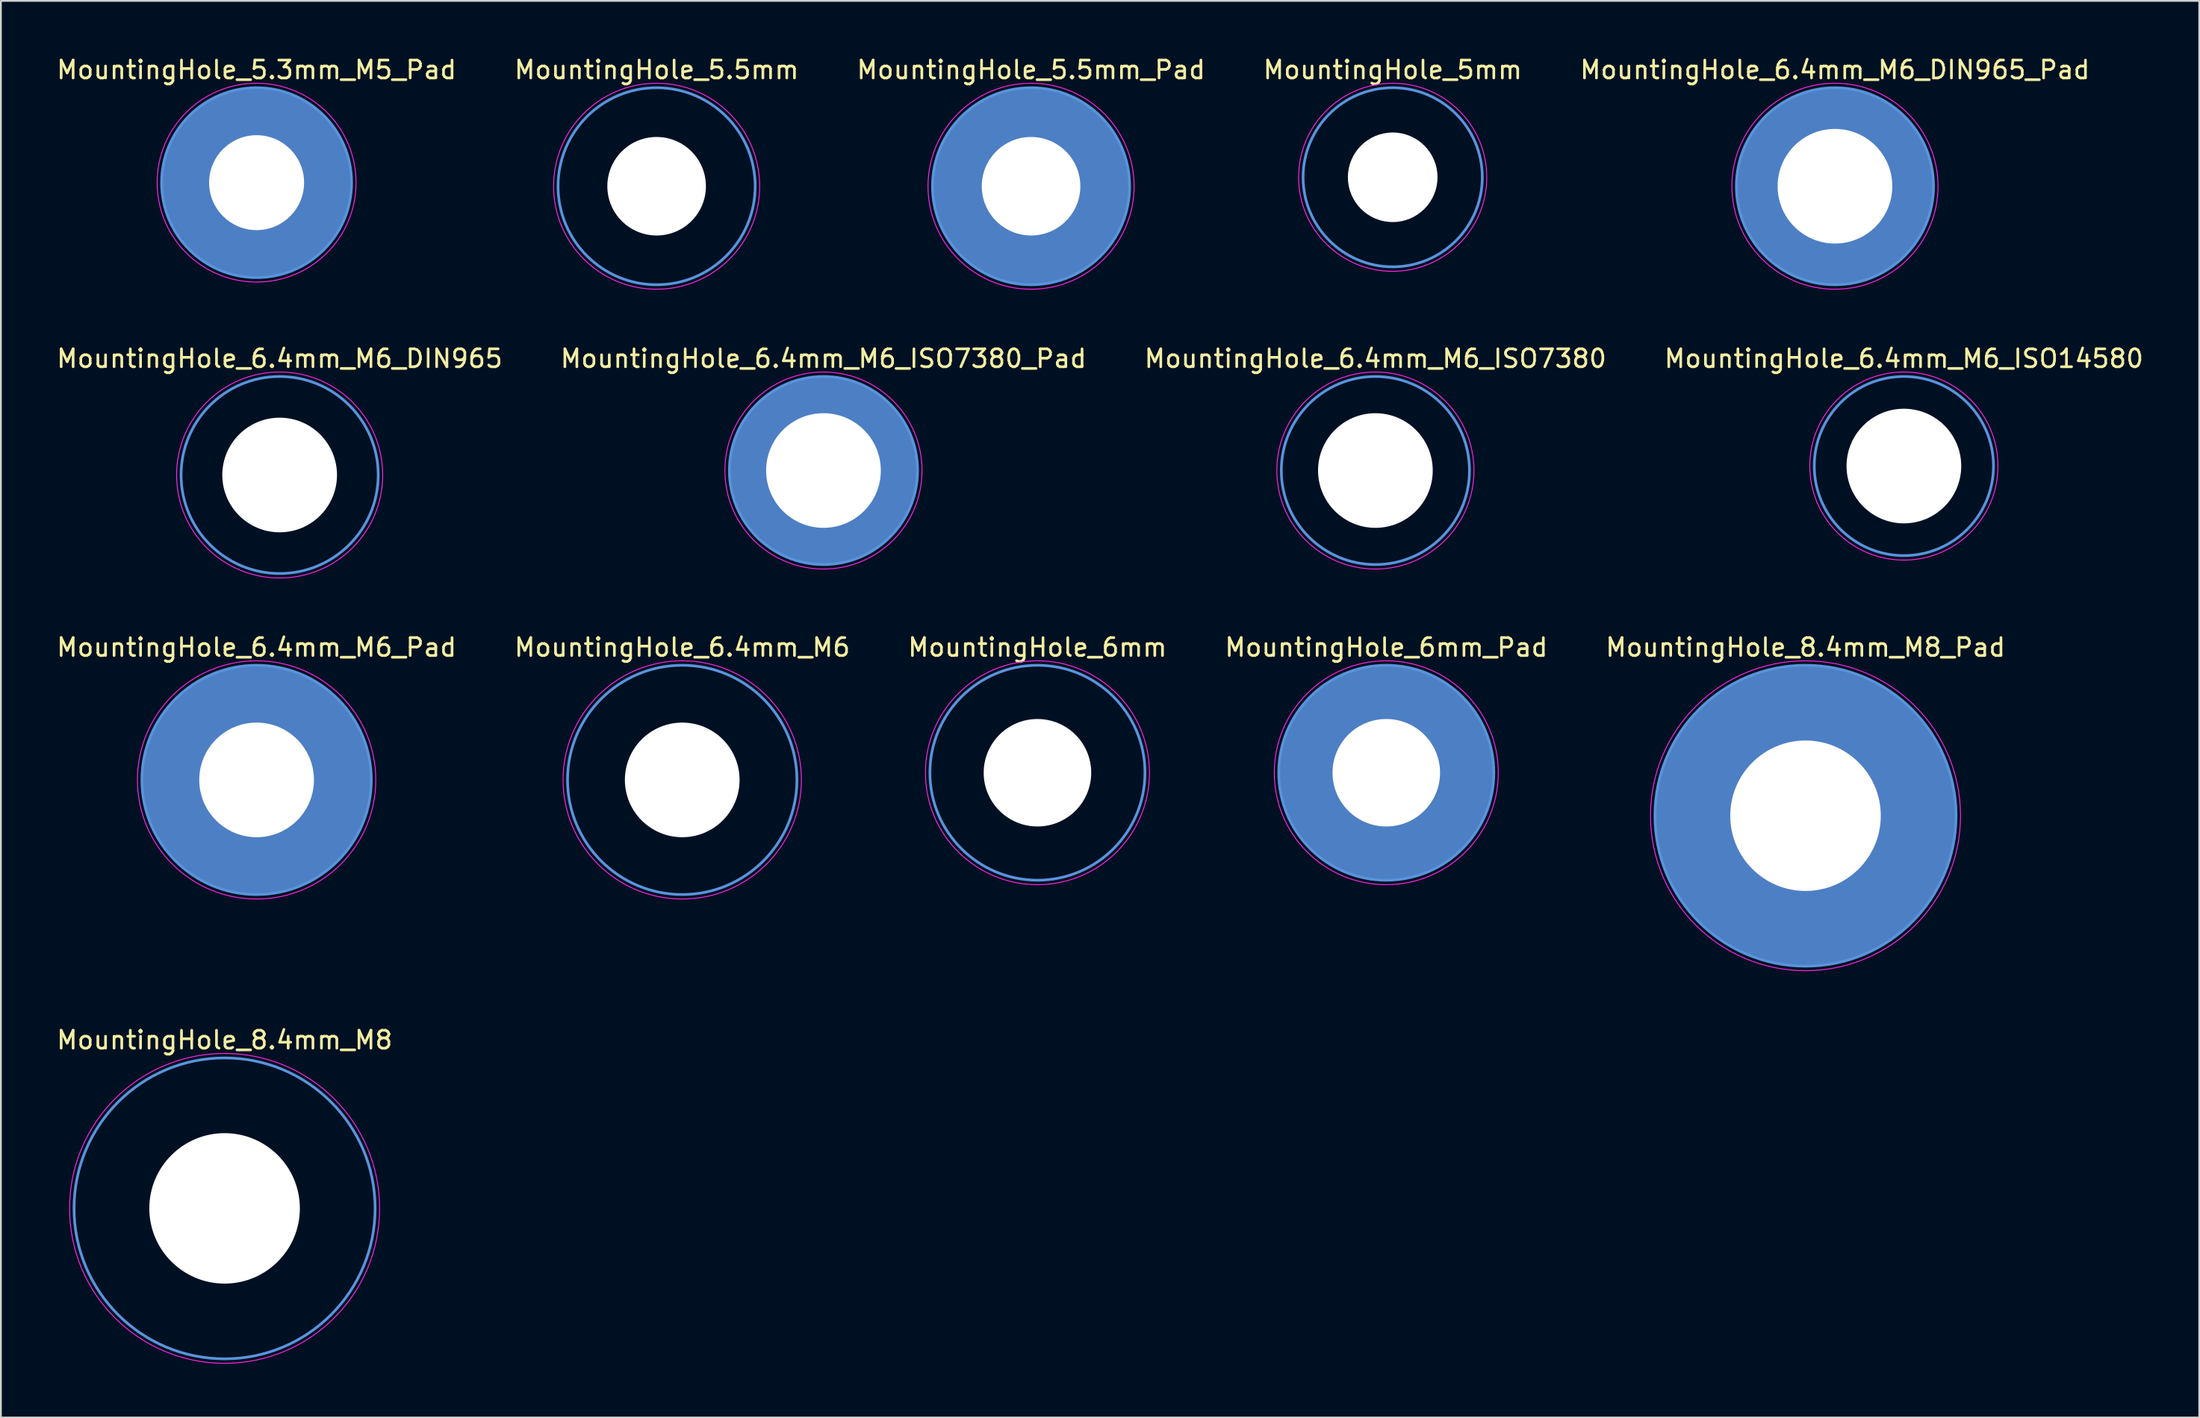
<source format=kicad_pcb>
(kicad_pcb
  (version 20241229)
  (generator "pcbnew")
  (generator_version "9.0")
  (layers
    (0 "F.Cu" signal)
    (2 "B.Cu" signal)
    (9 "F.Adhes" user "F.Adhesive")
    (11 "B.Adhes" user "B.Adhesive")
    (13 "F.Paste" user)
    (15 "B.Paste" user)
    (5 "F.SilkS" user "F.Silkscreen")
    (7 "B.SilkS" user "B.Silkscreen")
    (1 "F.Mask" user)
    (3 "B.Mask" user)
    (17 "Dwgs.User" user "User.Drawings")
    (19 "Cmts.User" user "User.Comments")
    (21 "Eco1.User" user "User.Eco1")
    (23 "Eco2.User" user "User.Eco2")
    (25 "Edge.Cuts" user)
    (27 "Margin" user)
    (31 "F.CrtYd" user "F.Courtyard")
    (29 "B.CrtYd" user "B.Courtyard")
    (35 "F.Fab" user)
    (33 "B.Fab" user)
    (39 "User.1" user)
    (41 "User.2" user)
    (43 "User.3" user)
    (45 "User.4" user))
  (footprint "MountingHole_6mm_Pad"
    (layer "F.Cu")
    (at 74.304 40.095)
    (property "Reference" "MountingHole_6mm_Pad" (at 0 -7 0) (layer "F.SilkS") (effects (font (size 1 1) (thickness 0.15))))
    (attr through_hole)
    (fp_circle (center 0 0) (end 6 0) (stroke (width 0.15) (type solid)) (fill no) (layer "Cmts.User"))
    (fp_circle (center 0 0) (end 6.25 0) (stroke (width 0.05) (type solid)) (fill no) (layer "F.CrtYd"))
    (pad "1" thru_hole circle (at 0 0) (size 12 12) (drill 6) (layers "*.Cu" "*.Mask")))
  (footprint "MountingHole_6.4mm_M6_DIN965"
    (layer "F.Cu")
    (at 12.554 23.471)
    (property "Reference" "MountingHole_6.4mm_M6_DIN965" (at 0 -6.5 0) (layer "F.SilkS") (effects (font (size 1 1) (thickness 0.15))))
    (attr through_hole)
    (fp_circle (center 0 0) (end 5.5 0) (stroke (width 0.15) (type solid)) (fill no) (layer "Cmts.User"))
    (fp_circle (center 0 0) (end 5.75 0) (stroke (width 0.05) (type solid)) (fill no) (layer "F.CrtYd"))
    (pad "" np_thru_hole circle (at 0 0) (size 6.4 6.4) (drill 6.4) (layers "*.Cu" "*.Mask")))
  (footprint "MountingHole_5.5mm"
    (layer "F.Cu")
    (at 33.589 7.348)
    (property "Reference" "MountingHole_5.5mm" (at 0 -6.5 0) (layer "F.SilkS") (effects (font (size 1 1) (thickness 0.15))))
    (attr through_hole)
    (fp_circle (center 0 0) (end 5.5 0) (stroke (width 0.15) (type solid)) (fill no) (layer "Cmts.User"))
    (fp_circle (center 0 0) (end 5.75 0) (stroke (width 0.05) (type solid)) (fill no) (layer "F.CrtYd"))
    (pad "" np_thru_hole circle (at 0 0) (size 5.5 5.5) (drill 5.5) (layers "*.Cu" "*.Mask")))
  (footprint "MountingHole_5.3mm_M5_Pad"
    (layer "F.Cu")
    (at 11.268 7.148)
    (property "Reference" "MountingHole_5.3mm_M5_Pad" (at 0 -6.3 0) (layer "F.SilkS") (effects (font (size 1 1) (thickness 0.15))))
    (attr through_hole)
    (fp_circle (center 0 0) (end 5.3 0) (stroke (width 0.15) (type solid)) (fill no) (layer "Cmts.User"))
    (fp_circle (center 0 0) (end 5.55 0) (stroke (width 0.05) (type solid)) (fill no) (layer "F.CrtYd"))
    (pad "1" thru_hole circle (at 0 0) (size 10.6 10.6) (drill 5.3) (layers "*.Cu" "*.Mask")))
  (footprint "MountingHole_6.4mm_M6_ISO14580"
    (layer "F.Cu")
    (at 103.185 22.971)
    (property "Reference" "MountingHole_6.4mm_M6_ISO14580" (at 0 -6 0) (layer "F.SilkS") (effects (font (size 1 1) (thickness 0.15))))
    (attr through_hole)
    (fp_circle (center 0 0) (end 5 0) (stroke (width 0.15) (type solid)) (fill no) (layer "Cmts.User"))
    (fp_circle (center 0 0) (end 5.25 0) (stroke (width 0.05) (type solid)) (fill no) (layer "F.CrtYd"))
    (pad "" np_thru_hole circle (at 0 0) (size 6.4 6.4) (drill 6.4) (layers "*.Cu" "*.Mask")))
  (footprint "MountingHole_6.4mm_M6_ISO7380_Pad"
    (layer "F.Cu")
    (at 42.899 23.221)
    (property "Reference" "MountingHole_6.4mm_M6_ISO7380_Pad" (at 0 -6.25 0) (layer "F.SilkS") (effects (font (size 1 1) (thickness 0.15))))
    (attr through_hole)
    (fp_circle (center 0 0) (end 5.25 0) (stroke (width 0.15) (type solid)) (fill no) (layer "Cmts.User"))
    (fp_circle (center 0 0) (end 5.5 0) (stroke (width 0.05) (type solid)) (fill no) (layer "F.CrtYd"))
    (pad "1" thru_hole circle (at 0 0) (size 10.5 10.5) (drill 6.4) (layers "*.Cu" "*.Mask")))
  (footprint "MountingHole_5.5mm_Pad"
    (layer "F.Cu")
    (at 54.482 7.348)
    (property "Reference" "MountingHole_5.5mm_Pad" (at 0 -6.5 0) (layer "F.SilkS") (effects (font (size 1 1) (thickness 0.15))))
    (attr through_hole)
    (fp_circle (center 0 0) (end 5.5 0) (stroke (width 0.15) (type solid)) (fill no) (layer "Cmts.User"))
    (fp_circle (center 0 0) (end 5.75 0) (stroke (width 0.05) (type solid)) (fill no) (layer "F.CrtYd"))
    (pad "1" thru_hole circle (at 0 0) (size 11 11) (drill 5.5) (layers "*.Cu" "*.Mask")))
  (footprint "MountingHole_6.4mm_M6"
    (layer "F.Cu")
    (at 35.018 40.495)
    (property "Reference" "MountingHole_6.4mm_M6" (at 0 -7.4 0) (layer "F.SilkS") (effects (font (size 1 1) (thickness 0.15))))
    (attr through_hole)
    (fp_circle (center 0 0) (end 6.4 0) (stroke (width 0.15) (type solid)) (fill no) (layer "Cmts.User"))
    (fp_circle (center 0 0) (end 6.65 0) (stroke (width 0.05) (type solid)) (fill no) (layer "F.CrtYd"))
    (pad "" np_thru_hole circle (at 0 0) (size 6.4 6.4) (drill 6.4) (layers "*.Cu" "*.Mask")))
  (footprint "MountingHole_6.4mm_M6_ISO7380"
    (layer "F.Cu")
    (at 73.696 23.221)
    (property "Reference" "MountingHole_6.4mm_M6_ISO7380" (at 0 -6.25 0) (layer "F.SilkS") (effects (font (size 1 1) (thickness 0.15))))
    (attr through_hole)
    (fp_circle (center 0 0) (end 5.25 0) (stroke (width 0.15) (type solid)) (fill no) (layer "Cmts.User"))
    (fp_circle (center 0 0) (end 5.5 0) (stroke (width 0.05) (type solid)) (fill no) (layer "F.CrtYd"))
    (pad "" np_thru_hole circle (at 0 0) (size 6.4 6.4) (drill 6.4) (layers "*.Cu" "*.Mask")))
  (footprint "MountingHole_8.4mm_M8_Pad"
    (layer "F.Cu")
    (at 97.696 42.495)
    (property "Reference" "MountingHole_8.4mm_M8_Pad" (at 0 -9.4 0) (layer "F.SilkS") (effects (font (size 1 1) (thickness 0.15))))
    (attr through_hole)
    (fp_circle (center 0 0) (end 8.4 0) (stroke (width 0.15) (type solid)) (fill no) (layer "Cmts.User"))
    (fp_circle (center 0 0) (end 8.65 0) (stroke (width 0.05) (type solid)) (fill no) (layer "F.CrtYd"))
    (pad "1" thru_hole circle (at 0 0) (size 16.8 16.8) (drill 8.4) (layers "*.Cu" "*.Mask")))
  (footprint "MountingHole_6mm"
    (layer "F.Cu")
    (at 54.839 40.095)
    (property "Reference" "MountingHole_6mm" (at 0 -7 0) (layer "F.SilkS") (effects (font (size 1 1) (thickness 0.15))))
    (attr through_hole)
    (fp_circle (center 0 0) (end 6 0) (stroke (width 0.15) (type solid)) (fill no) (layer "Cmts.User"))
    (fp_circle (center 0 0) (end 6.25 0) (stroke (width 0.05) (type solid)) (fill no) (layer "F.CrtYd"))
    (pad "" np_thru_hole circle (at 0 0) (size 6 6) (drill 6) (layers "*.Cu" "*.Mask")))
  (footprint "MountingHole_8.4mm_M8"
    (layer "F.Cu")
    (at 9.482 64.418)
    (property "Reference" "MountingHole_8.4mm_M8" (at 0 -9.4 0) (layer "F.SilkS") (effects (font (size 1 1) (thickness 0.15))))
    (attr through_hole)
    (fp_circle (center 0 0) (end 8.4 0) (stroke (width 0.15) (type solid)) (fill no) (layer "Cmts.User"))
    (fp_circle (center 0 0) (end 8.65 0) (stroke (width 0.05) (type solid)) (fill no) (layer "F.CrtYd"))
    (pad "" np_thru_hole circle (at 0 0) (size 8.4 8.4) (drill 8.4) (layers "*.Cu" "*.Mask")))
  (footprint "MountingHole_5mm"
    (layer "F.Cu")
    (at 74.661 6.848)
    (property "Reference" "MountingHole_5mm" (at 0 -6 0) (layer "F.SilkS") (effects (font (size 1 1) (thickness 0.15))))
    (attr through_hole)
    (fp_circle (center 0 0) (end 5 0) (stroke (width 0.15) (type solid)) (fill no) (layer "Cmts.User"))
    (fp_circle (center 0 0) (end 5.25 0) (stroke (width 0.05) (type solid)) (fill no) (layer "F.CrtYd"))
    (pad "" np_thru_hole circle (at 0 0) (size 5 5) (drill 5) (layers "*.Cu" "*.Mask")))
  (footprint "MountingHole_6.4mm_M6_Pad"
    (layer "F.Cu")
    (at 11.268 40.495)
    (property "Reference" "MountingHole_6.4mm_M6_Pad" (at 0 -7.4 0) (layer "F.SilkS") (effects (font (size 1 1) (thickness 0.15))))
    (attr through_hole)
    (fp_circle (center 0 0) (end 6.4 0) (stroke (width 0.15) (type solid)) (fill no) (layer "Cmts.User"))
    (fp_circle (center 0 0) (end 6.65 0) (stroke (width 0.05) (type solid)) (fill no) (layer "F.CrtYd"))
    (pad "1" thru_hole circle (at 0 0) (size 12.8 12.8) (drill 6.4) (layers "*.Cu" "*.Mask")))
  (footprint "MountingHole_6.4mm_M6_DIN965_Pad"
    (layer "F.Cu")
    (at 99.339 7.348)
    (property "Reference" "MountingHole_6.4mm_M6_DIN965_Pad" (at 0 -6.5 0) (layer "F.SilkS") (effects (font (size 1 1) (thickness 0.15))))
    (attr through_hole)
    (fp_circle (center 0 0) (end 5.5 0) (stroke (width 0.15) (type solid)) (fill no) (layer "Cmts.User"))
    (fp_circle (center 0 0) (end 5.75 0) (stroke (width 0.05) (type solid)) (fill no) (layer "F.CrtYd"))
    (pad "1" thru_hole circle (at 0 0) (size 11 11) (drill 6.4) (layers "*.Cu" "*.Mask")))
  (gr_rect
    (start -3 -3)
    (end 119.667 76.093)
    (stroke (width 0.1) (type default))
    (fill no)
    (layer "Edge.Cuts")))
</source>
